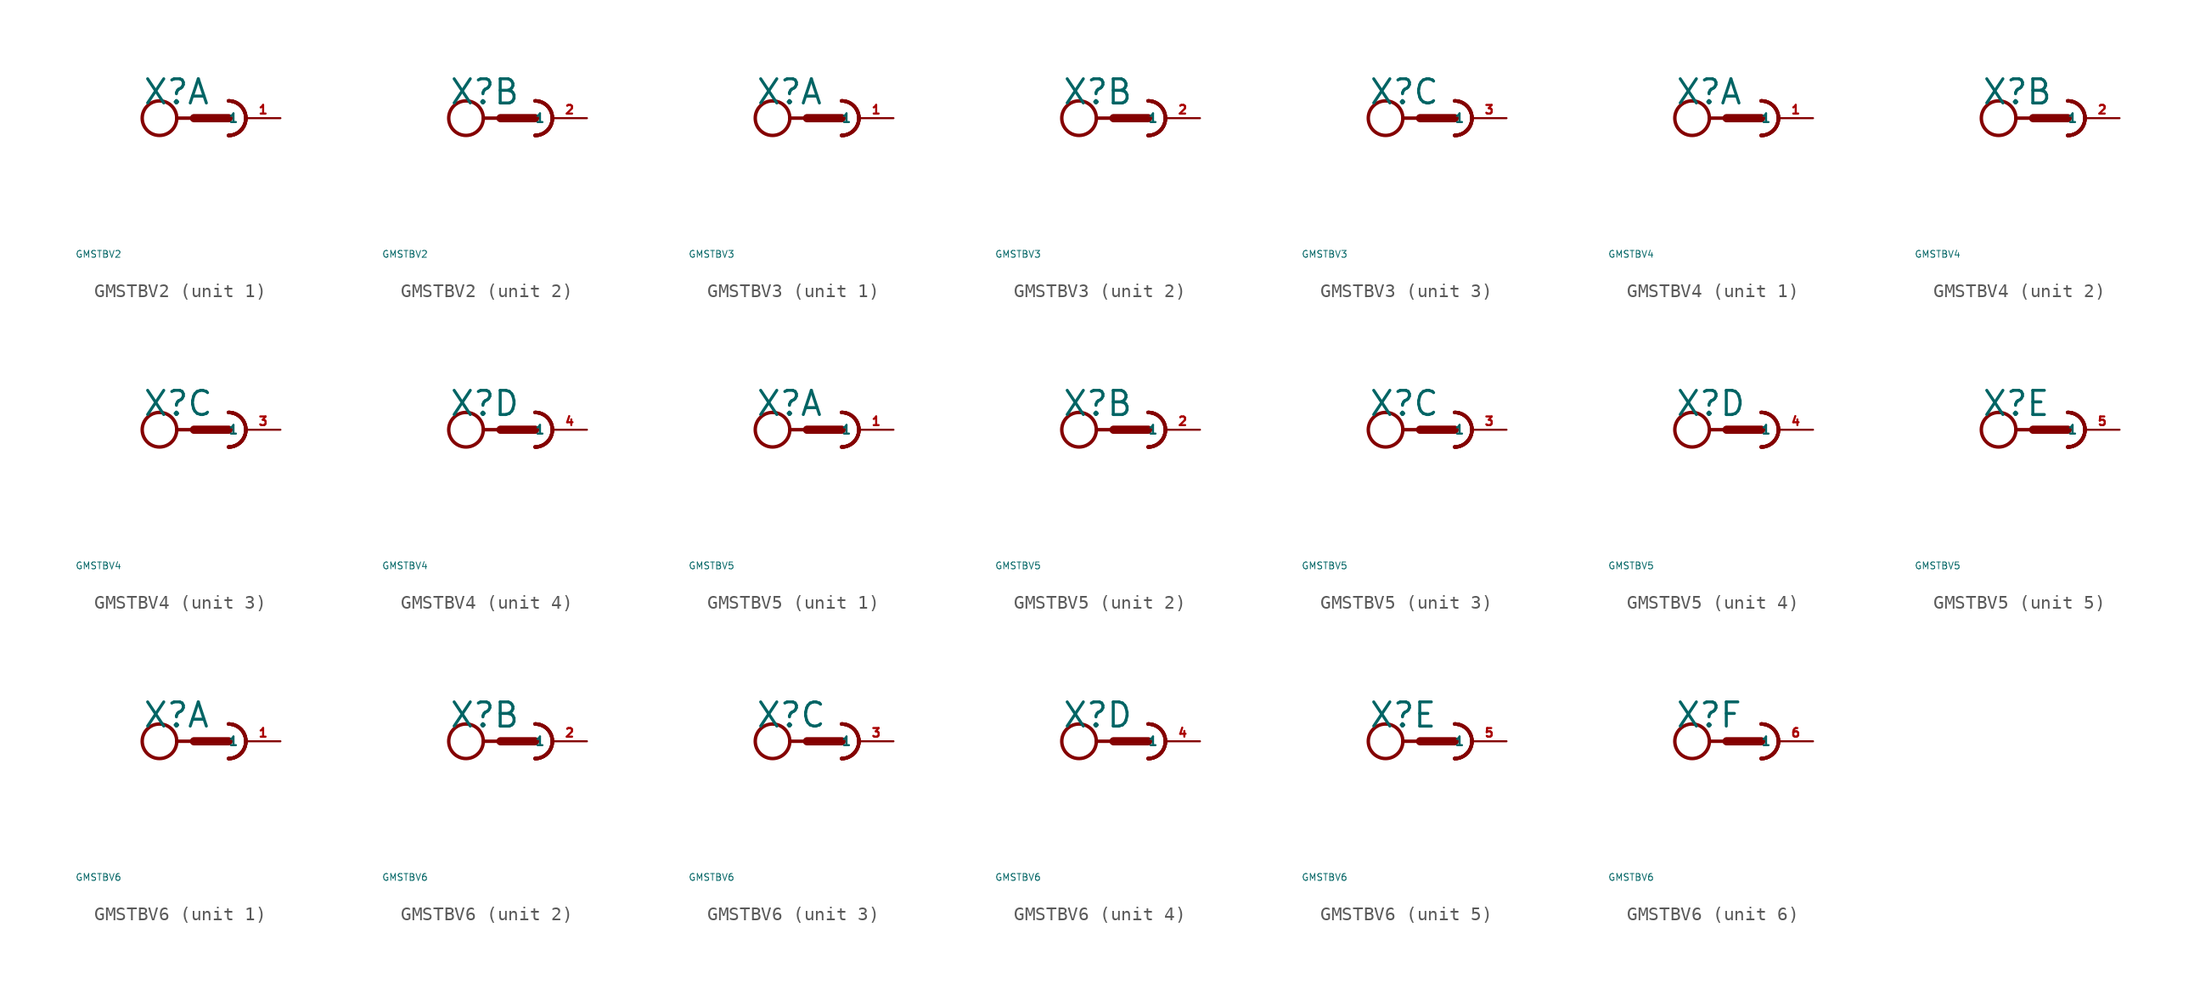
<source format=kicad_sym>
(kicad_symbol_lib
  (version 20220914)
  (generator Eagle2Kicad)
  (symbol "GMSTBV2"
    (property "Reference" "X"
      (at -5.08 0.889 0)
      (effects (font (size 1.778 1.778) (thickness 0.22)) (justify left bottom)))
    (property "Value" "GMSTBV2"
      (at -10 -10 0)
      (effects (font (size 0.5 0.5) (thickness 0.06)) (justify left)))
    (symbol "GMSTBV2_1_0"
      (arc (start 1.27 -1.27) (mid 2.540 0.000) (end 1.27 1.27) (stroke (width 0.254) (type default)) (fill (type none)))
      (arc (start 1.27 -1.27) (mid 2.540 0.000) (end 1.27 1.27) (stroke (width 0.254) (type default)) (fill (type none)))
      (arc (start 1.27 -1.27) (mid 2.540 0.000) (end 1.27 1.27) (stroke (width 0.254) (type default)) (fill (type none)))
      (polyline (pts (xy -2.54 0) (xy -1.27 0)) (stroke (width 0.254) (type default)) (fill (type none)))
      (polyline (pts (xy -1.27 0) (xy 1.27 0)) (stroke (width 0.61) (type default)) (fill (type none)))
      (arc (start 1.27 -1.27) (mid 2.540 0.000) (end 1.27 1.27) (stroke (width 0.254) (type default)) (fill (type none)))
      (circle (center -3.81 0) (radius 1.27) (stroke (width 0.254) (type default)) (fill (type none)))
      (pin passive line (at 5.08 0 180) (length 2.54) (name "1" (effects (font (size 0.635 0.635) (thickness 0.08)) (justify left bottom))) (number "1" (effects (font (size 0.635 0.635) (thickness 0.08)) (justify left bottom)))))
    (symbol "GMSTBV2_2_0"
      (arc (start 1.27 -1.27) (mid 2.540 0.000) (end 1.27 1.27) (stroke (width 0.254) (type default)) (fill (type none)))
      (arc (start 1.27 -1.27) (mid 2.540 0.000) (end 1.27 1.27) (stroke (width 0.254) (type default)) (fill (type none)))
      (arc (start 1.27 -1.27) (mid 2.540 0.000) (end 1.27 1.27) (stroke (width 0.254) (type default)) (fill (type none)))
      (polyline (pts (xy -2.54 0) (xy -1.27 0)) (stroke (width 0.254) (type default)) (fill (type none)))
      (polyline (pts (xy -1.27 0) (xy 1.27 0)) (stroke (width 0.61) (type default)) (fill (type none)))
      (arc (start 1.27 -1.27) (mid 2.540 0.000) (end 1.27 1.27) (stroke (width 0.254) (type default)) (fill (type none)))
      (circle (center -3.81 0) (radius 1.27) (stroke (width 0.254) (type default)) (fill (type none)))
      (pin passive line (at 5.08 0 180) (length 2.54) (name "1" (effects (font (size 0.635 0.635) (thickness 0.08)) (justify left bottom))) (number "2" (effects (font (size 0.635 0.635) (thickness 0.08)) (justify left bottom))))))
  (symbol "GMSTBV3"
    (property "Reference" "X"
      (at -5.08 0.889 0)
      (effects (font (size 1.778 1.778) (thickness 0.22)) (justify left bottom)))
    (property "Value" "GMSTBV3"
      (at -10 -10 0)
      (effects (font (size 0.5 0.5) (thickness 0.06)) (justify left)))
    (symbol "GMSTBV3_1_0"
      (arc (start 1.27 -1.27) (mid 2.540 0.000) (end 1.27 1.27) (stroke (width 0.254) (type default)) (fill (type none)))
      (arc (start 1.27 -1.27) (mid 2.540 0.000) (end 1.27 1.27) (stroke (width 0.254) (type default)) (fill (type none)))
      (arc (start 1.27 -1.27) (mid 2.540 0.000) (end 1.27 1.27) (stroke (width 0.254) (type default)) (fill (type none)))
      (polyline (pts (xy -2.54 0) (xy -1.27 0)) (stroke (width 0.254) (type default)) (fill (type none)))
      (polyline (pts (xy -1.27 0) (xy 1.27 0)) (stroke (width 0.61) (type default)) (fill (type none)))
      (arc (start 1.27 -1.27) (mid 2.540 0.000) (end 1.27 1.27) (stroke (width 0.254) (type default)) (fill (type none)))
      (circle (center -3.81 0) (radius 1.27) (stroke (width 0.254) (type default)) (fill (type none)))
      (pin passive line (at 5.08 0 180) (length 2.54) (name "1" (effects (font (size 0.635 0.635) (thickness 0.08)) (justify left bottom))) (number "1" (effects (font (size 0.635 0.635) (thickness 0.08)) (justify left bottom)))))
    (symbol "GMSTBV3_2_0"
      (arc (start 1.27 -1.27) (mid 2.540 0.000) (end 1.27 1.27) (stroke (width 0.254) (type default)) (fill (type none)))
      (arc (start 1.27 -1.27) (mid 2.540 0.000) (end 1.27 1.27) (stroke (width 0.254) (type default)) (fill (type none)))
      (arc (start 1.27 -1.27) (mid 2.540 0.000) (end 1.27 1.27) (stroke (width 0.254) (type default)) (fill (type none)))
      (polyline (pts (xy -2.54 0) (xy -1.27 0)) (stroke (width 0.254) (type default)) (fill (type none)))
      (polyline (pts (xy -1.27 0) (xy 1.27 0)) (stroke (width 0.61) (type default)) (fill (type none)))
      (arc (start 1.27 -1.27) (mid 2.540 0.000) (end 1.27 1.27) (stroke (width 0.254) (type default)) (fill (type none)))
      (circle (center -3.81 0) (radius 1.27) (stroke (width 0.254) (type default)) (fill (type none)))
      (pin passive line (at 5.08 0 180) (length 2.54) (name "1" (effects (font (size 0.635 0.635) (thickness 0.08)) (justify left bottom))) (number "2" (effects (font (size 0.635 0.635) (thickness 0.08)) (justify left bottom)))))
    (symbol "GMSTBV3_3_0"
      (arc (start 1.27 -1.27) (mid 2.540 0.000) (end 1.27 1.27) (stroke (width 0.254) (type default)) (fill (type none)))
      (arc (start 1.27 -1.27) (mid 2.540 0.000) (end 1.27 1.27) (stroke (width 0.254) (type default)) (fill (type none)))
      (arc (start 1.27 -1.27) (mid 2.540 0.000) (end 1.27 1.27) (stroke (width 0.254) (type default)) (fill (type none)))
      (polyline (pts (xy -2.54 0) (xy -1.27 0)) (stroke (width 0.254) (type default)) (fill (type none)))
      (polyline (pts (xy -1.27 0) (xy 1.27 0)) (stroke (width 0.61) (type default)) (fill (type none)))
      (arc (start 1.27 -1.27) (mid 2.540 0.000) (end 1.27 1.27) (stroke (width 0.254) (type default)) (fill (type none)))
      (circle (center -3.81 0) (radius 1.27) (stroke (width 0.254) (type default)) (fill (type none)))
      (pin passive line (at 5.08 0 180) (length 2.54) (name "1" (effects (font (size 0.635 0.635) (thickness 0.08)) (justify left bottom))) (number "3" (effects (font (size 0.635 0.635) (thickness 0.08)) (justify left bottom))))))
  (symbol "GMSTBV4"
    (property "Reference" "X"
      (at -5.08 0.889 0)
      (effects (font (size 1.778 1.778) (thickness 0.22)) (justify left bottom)))
    (property "Value" "GMSTBV4"
      (at -10 -10 0)
      (effects (font (size 0.5 0.5) (thickness 0.06)) (justify left)))
    (symbol "GMSTBV4_1_0"
      (arc (start 1.27 -1.27) (mid 2.540 0.000) (end 1.27 1.27) (stroke (width 0.254) (type default)) (fill (type none)))
      (arc (start 1.27 -1.27) (mid 2.540 0.000) (end 1.27 1.27) (stroke (width 0.254) (type default)) (fill (type none)))
      (arc (start 1.27 -1.27) (mid 2.540 0.000) (end 1.27 1.27) (stroke (width 0.254) (type default)) (fill (type none)))
      (polyline (pts (xy -2.54 0) (xy -1.27 0)) (stroke (width 0.254) (type default)) (fill (type none)))
      (polyline (pts (xy -1.27 0) (xy 1.27 0)) (stroke (width 0.61) (type default)) (fill (type none)))
      (arc (start 1.27 -1.27) (mid 2.540 0.000) (end 1.27 1.27) (stroke (width 0.254) (type default)) (fill (type none)))
      (circle (center -3.81 0) (radius 1.27) (stroke (width 0.254) (type default)) (fill (type none)))
      (pin passive line (at 5.08 0 180) (length 2.54) (name "1" (effects (font (size 0.635 0.635) (thickness 0.08)) (justify left bottom))) (number "1" (effects (font (size 0.635 0.635) (thickness 0.08)) (justify left bottom)))))
    (symbol "GMSTBV4_2_0"
      (arc (start 1.27 -1.27) (mid 2.540 0.000) (end 1.27 1.27) (stroke (width 0.254) (type default)) (fill (type none)))
      (arc (start 1.27 -1.27) (mid 2.540 0.000) (end 1.27 1.27) (stroke (width 0.254) (type default)) (fill (type none)))
      (arc (start 1.27 -1.27) (mid 2.540 0.000) (end 1.27 1.27) (stroke (width 0.254) (type default)) (fill (type none)))
      (polyline (pts (xy -2.54 0) (xy -1.27 0)) (stroke (width 0.254) (type default)) (fill (type none)))
      (polyline (pts (xy -1.27 0) (xy 1.27 0)) (stroke (width 0.61) (type default)) (fill (type none)))
      (arc (start 1.27 -1.27) (mid 2.540 0.000) (end 1.27 1.27) (stroke (width 0.254) (type default)) (fill (type none)))
      (circle (center -3.81 0) (radius 1.27) (stroke (width 0.254) (type default)) (fill (type none)))
      (pin passive line (at 5.08 0 180) (length 2.54) (name "1" (effects (font (size 0.635 0.635) (thickness 0.08)) (justify left bottom))) (number "2" (effects (font (size 0.635 0.635) (thickness 0.08)) (justify left bottom)))))
    (symbol "GMSTBV4_3_0"
      (arc (start 1.27 -1.27) (mid 2.540 0.000) (end 1.27 1.27) (stroke (width 0.254) (type default)) (fill (type none)))
      (arc (start 1.27 -1.27) (mid 2.540 0.000) (end 1.27 1.27) (stroke (width 0.254) (type default)) (fill (type none)))
      (arc (start 1.27 -1.27) (mid 2.540 0.000) (end 1.27 1.27) (stroke (width 0.254) (type default)) (fill (type none)))
      (polyline (pts (xy -2.54 0) (xy -1.27 0)) (stroke (width 0.254) (type default)) (fill (type none)))
      (polyline (pts (xy -1.27 0) (xy 1.27 0)) (stroke (width 0.61) (type default)) (fill (type none)))
      (arc (start 1.27 -1.27) (mid 2.540 0.000) (end 1.27 1.27) (stroke (width 0.254) (type default)) (fill (type none)))
      (circle (center -3.81 0) (radius 1.27) (stroke (width 0.254) (type default)) (fill (type none)))
      (pin passive line (at 5.08 0 180) (length 2.54) (name "1" (effects (font (size 0.635 0.635) (thickness 0.08)) (justify left bottom))) (number "3" (effects (font (size 0.635 0.635) (thickness 0.08)) (justify left bottom)))))
    (symbol "GMSTBV4_4_0"
      (arc (start 1.27 -1.27) (mid 2.540 0.000) (end 1.27 1.27) (stroke (width 0.254) (type default)) (fill (type none)))
      (arc (start 1.27 -1.27) (mid 2.540 0.000) (end 1.27 1.27) (stroke (width 0.254) (type default)) (fill (type none)))
      (arc (start 1.27 -1.27) (mid 2.540 0.000) (end 1.27 1.27) (stroke (width 0.254) (type default)) (fill (type none)))
      (polyline (pts (xy -2.54 0) (xy -1.27 0)) (stroke (width 0.254) (type default)) (fill (type none)))
      (polyline (pts (xy -1.27 0) (xy 1.27 0)) (stroke (width 0.61) (type default)) (fill (type none)))
      (arc (start 1.27 -1.27) (mid 2.540 0.000) (end 1.27 1.27) (stroke (width 0.254) (type default)) (fill (type none)))
      (circle (center -3.81 0) (radius 1.27) (stroke (width 0.254) (type default)) (fill (type none)))
      (pin passive line (at 5.08 0 180) (length 2.54) (name "1" (effects (font (size 0.635 0.635) (thickness 0.08)) (justify left bottom))) (number "4" (effects (font (size 0.635 0.635) (thickness 0.08)) (justify left bottom))))))
  (symbol "GMSTBV5"
    (property "Reference" "X"
      (at -5.08 0.889 0)
      (effects (font (size 1.778 1.778) (thickness 0.22)) (justify left bottom)))
    (property "Value" "GMSTBV5"
      (at -10 -10 0)
      (effects (font (size 0.5 0.5) (thickness 0.06)) (justify left)))
    (symbol "GMSTBV5_1_0"
      (arc (start 1.27 -1.27) (mid 2.540 0.000) (end 1.27 1.27) (stroke (width 0.254) (type default)) (fill (type none)))
      (arc (start 1.27 -1.27) (mid 2.540 0.000) (end 1.27 1.27) (stroke (width 0.254) (type default)) (fill (type none)))
      (arc (start 1.27 -1.27) (mid 2.540 0.000) (end 1.27 1.27) (stroke (width 0.254) (type default)) (fill (type none)))
      (polyline (pts (xy -2.54 0) (xy -1.27 0)) (stroke (width 0.254) (type default)) (fill (type none)))
      (polyline (pts (xy -1.27 0) (xy 1.27 0)) (stroke (width 0.61) (type default)) (fill (type none)))
      (arc (start 1.27 -1.27) (mid 2.540 0.000) (end 1.27 1.27) (stroke (width 0.254) (type default)) (fill (type none)))
      (circle (center -3.81 0) (radius 1.27) (stroke (width 0.254) (type default)) (fill (type none)))
      (pin passive line (at 5.08 0 180) (length 2.54) (name "1" (effects (font (size 0.635 0.635) (thickness 0.08)) (justify left bottom))) (number "1" (effects (font (size 0.635 0.635) (thickness 0.08)) (justify left bottom)))))
    (symbol "GMSTBV5_2_0"
      (arc (start 1.27 -1.27) (mid 2.540 0.000) (end 1.27 1.27) (stroke (width 0.254) (type default)) (fill (type none)))
      (arc (start 1.27 -1.27) (mid 2.540 0.000) (end 1.27 1.27) (stroke (width 0.254) (type default)) (fill (type none)))
      (arc (start 1.27 -1.27) (mid 2.540 0.000) (end 1.27 1.27) (stroke (width 0.254) (type default)) (fill (type none)))
      (polyline (pts (xy -2.54 0) (xy -1.27 0)) (stroke (width 0.254) (type default)) (fill (type none)))
      (polyline (pts (xy -1.27 0) (xy 1.27 0)) (stroke (width 0.61) (type default)) (fill (type none)))
      (arc (start 1.27 -1.27) (mid 2.540 0.000) (end 1.27 1.27) (stroke (width 0.254) (type default)) (fill (type none)))
      (circle (center -3.81 0) (radius 1.27) (stroke (width 0.254) (type default)) (fill (type none)))
      (pin passive line (at 5.08 0 180) (length 2.54) (name "1" (effects (font (size 0.635 0.635) (thickness 0.08)) (justify left bottom))) (number "2" (effects (font (size 0.635 0.635) (thickness 0.08)) (justify left bottom)))))
    (symbol "GMSTBV5_3_0"
      (arc (start 1.27 -1.27) (mid 2.540 0.000) (end 1.27 1.27) (stroke (width 0.254) (type default)) (fill (type none)))
      (arc (start 1.27 -1.27) (mid 2.540 0.000) (end 1.27 1.27) (stroke (width 0.254) (type default)) (fill (type none)))
      (arc (start 1.27 -1.27) (mid 2.540 0.000) (end 1.27 1.27) (stroke (width 0.254) (type default)) (fill (type none)))
      (polyline (pts (xy -2.54 0) (xy -1.27 0)) (stroke (width 0.254) (type default)) (fill (type none)))
      (polyline (pts (xy -1.27 0) (xy 1.27 0)) (stroke (width 0.61) (type default)) (fill (type none)))
      (arc (start 1.27 -1.27) (mid 2.540 0.000) (end 1.27 1.27) (stroke (width 0.254) (type default)) (fill (type none)))
      (circle (center -3.81 0) (radius 1.27) (stroke (width 0.254) (type default)) (fill (type none)))
      (pin passive line (at 5.08 0 180) (length 2.54) (name "1" (effects (font (size 0.635 0.635) (thickness 0.08)) (justify left bottom))) (number "3" (effects (font (size 0.635 0.635) (thickness 0.08)) (justify left bottom)))))
    (symbol "GMSTBV5_4_0"
      (arc (start 1.27 -1.27) (mid 2.540 0.000) (end 1.27 1.27) (stroke (width 0.254) (type default)) (fill (type none)))
      (arc (start 1.27 -1.27) (mid 2.540 0.000) (end 1.27 1.27) (stroke (width 0.254) (type default)) (fill (type none)))
      (arc (start 1.27 -1.27) (mid 2.540 0.000) (end 1.27 1.27) (stroke (width 0.254) (type default)) (fill (type none)))
      (polyline (pts (xy -2.54 0) (xy -1.27 0)) (stroke (width 0.254) (type default)) (fill (type none)))
      (polyline (pts (xy -1.27 0) (xy 1.27 0)) (stroke (width 0.61) (type default)) (fill (type none)))
      (arc (start 1.27 -1.27) (mid 2.540 0.000) (end 1.27 1.27) (stroke (width 0.254) (type default)) (fill (type none)))
      (circle (center -3.81 0) (radius 1.27) (stroke (width 0.254) (type default)) (fill (type none)))
      (pin passive line (at 5.08 0 180) (length 2.54) (name "1" (effects (font (size 0.635 0.635) (thickness 0.08)) (justify left bottom))) (number "4" (effects (font (size 0.635 0.635) (thickness 0.08)) (justify left bottom)))))
    (symbol "GMSTBV5_5_0"
      (arc (start 1.27 -1.27) (mid 2.540 0.000) (end 1.27 1.27) (stroke (width 0.254) (type default)) (fill (type none)))
      (arc (start 1.27 -1.27) (mid 2.540 0.000) (end 1.27 1.27) (stroke (width 0.254) (type default)) (fill (type none)))
      (arc (start 1.27 -1.27) (mid 2.540 0.000) (end 1.27 1.27) (stroke (width 0.254) (type default)) (fill (type none)))
      (polyline (pts (xy -2.54 0) (xy -1.27 0)) (stroke (width 0.254) (type default)) (fill (type none)))
      (polyline (pts (xy -1.27 0) (xy 1.27 0)) (stroke (width 0.61) (type default)) (fill (type none)))
      (arc (start 1.27 -1.27) (mid 2.540 0.000) (end 1.27 1.27) (stroke (width 0.254) (type default)) (fill (type none)))
      (circle (center -3.81 0) (radius 1.27) (stroke (width 0.254) (type default)) (fill (type none)))
      (pin passive line (at 5.08 0 180) (length 2.54) (name "1" (effects (font (size 0.635 0.635) (thickness 0.08)) (justify left bottom))) (number "5" (effects (font (size 0.635 0.635) (thickness 0.08)) (justify left bottom))))))
  (symbol "GMSTBV6"
    (property "Reference" "X"
      (at -5.08 0.889 0)
      (effects (font (size 1.778 1.778) (thickness 0.22)) (justify left bottom)))
    (property "Value" "GMSTBV6"
      (at -10 -10 0)
      (effects (font (size 0.5 0.5) (thickness 0.06)) (justify left)))
    (symbol "GMSTBV6_1_0"
      (arc (start 1.27 -1.27) (mid 2.540 0.000) (end 1.27 1.27) (stroke (width 0.254) (type default)) (fill (type none)))
      (arc (start 1.27 -1.27) (mid 2.540 0.000) (end 1.27 1.27) (stroke (width 0.254) (type default)) (fill (type none)))
      (arc (start 1.27 -1.27) (mid 2.540 0.000) (end 1.27 1.27) (stroke (width 0.254) (type default)) (fill (type none)))
      (polyline (pts (xy -2.54 0) (xy -1.27 0)) (stroke (width 0.254) (type default)) (fill (type none)))
      (polyline (pts (xy -1.27 0) (xy 1.27 0)) (stroke (width 0.61) (type default)) (fill (type none)))
      (arc (start 1.27 -1.27) (mid 2.540 0.000) (end 1.27 1.27) (stroke (width 0.254) (type default)) (fill (type none)))
      (circle (center -3.81 0) (radius 1.27) (stroke (width 0.254) (type default)) (fill (type none)))
      (pin passive line (at 5.08 0 180) (length 2.54) (name "1" (effects (font (size 0.635 0.635) (thickness 0.08)) (justify left bottom))) (number "1" (effects (font (size 0.635 0.635) (thickness 0.08)) (justify left bottom)))))
    (symbol "GMSTBV6_2_0"
      (arc (start 1.27 -1.27) (mid 2.540 0.000) (end 1.27 1.27) (stroke (width 0.254) (type default)) (fill (type none)))
      (arc (start 1.27 -1.27) (mid 2.540 0.000) (end 1.27 1.27) (stroke (width 0.254) (type default)) (fill (type none)))
      (arc (start 1.27 -1.27) (mid 2.540 0.000) (end 1.27 1.27) (stroke (width 0.254) (type default)) (fill (type none)))
      (polyline (pts (xy -2.54 0) (xy -1.27 0)) (stroke (width 0.254) (type default)) (fill (type none)))
      (polyline (pts (xy -1.27 0) (xy 1.27 0)) (stroke (width 0.61) (type default)) (fill (type none)))
      (arc (start 1.27 -1.27) (mid 2.540 0.000) (end 1.27 1.27) (stroke (width 0.254) (type default)) (fill (type none)))
      (circle (center -3.81 0) (radius 1.27) (stroke (width 0.254) (type default)) (fill (type none)))
      (pin passive line (at 5.08 0 180) (length 2.54) (name "1" (effects (font (size 0.635 0.635) (thickness 0.08)) (justify left bottom))) (number "2" (effects (font (size 0.635 0.635) (thickness 0.08)) (justify left bottom)))))
    (symbol "GMSTBV6_3_0"
      (arc (start 1.27 -1.27) (mid 2.540 0.000) (end 1.27 1.27) (stroke (width 0.254) (type default)) (fill (type none)))
      (arc (start 1.27 -1.27) (mid 2.540 0.000) (end 1.27 1.27) (stroke (width 0.254) (type default)) (fill (type none)))
      (arc (start 1.27 -1.27) (mid 2.540 0.000) (end 1.27 1.27) (stroke (width 0.254) (type default)) (fill (type none)))
      (polyline (pts (xy -2.54 0) (xy -1.27 0)) (stroke (width 0.254) (type default)) (fill (type none)))
      (polyline (pts (xy -1.27 0) (xy 1.27 0)) (stroke (width 0.61) (type default)) (fill (type none)))
      (arc (start 1.27 -1.27) (mid 2.540 0.000) (end 1.27 1.27) (stroke (width 0.254) (type default)) (fill (type none)))
      (circle (center -3.81 0) (radius 1.27) (stroke (width 0.254) (type default)) (fill (type none)))
      (pin passive line (at 5.08 0 180) (length 2.54) (name "1" (effects (font (size 0.635 0.635) (thickness 0.08)) (justify left bottom))) (number "3" (effects (font (size 0.635 0.635) (thickness 0.08)) (justify left bottom)))))
    (symbol "GMSTBV6_4_0"
      (arc (start 1.27 -1.27) (mid 2.540 0.000) (end 1.27 1.27) (stroke (width 0.254) (type default)) (fill (type none)))
      (arc (start 1.27 -1.27) (mid 2.540 0.000) (end 1.27 1.27) (stroke (width 0.254) (type default)) (fill (type none)))
      (arc (start 1.27 -1.27) (mid 2.540 0.000) (end 1.27 1.27) (stroke (width 0.254) (type default)) (fill (type none)))
      (polyline (pts (xy -2.54 0) (xy -1.27 0)) (stroke (width 0.254) (type default)) (fill (type none)))
      (polyline (pts (xy -1.27 0) (xy 1.27 0)) (stroke (width 0.61) (type default)) (fill (type none)))
      (arc (start 1.27 -1.27) (mid 2.540 0.000) (end 1.27 1.27) (stroke (width 0.254) (type default)) (fill (type none)))
      (circle (center -3.81 0) (radius 1.27) (stroke (width 0.254) (type default)) (fill (type none)))
      (pin passive line (at 5.08 0 180) (length 2.54) (name "1" (effects (font (size 0.635 0.635) (thickness 0.08)) (justify left bottom))) (number "4" (effects (font (size 0.635 0.635) (thickness 0.08)) (justify left bottom)))))
    (symbol "GMSTBV6_5_0"
      (arc (start 1.27 -1.27) (mid 2.540 0.000) (end 1.27 1.27) (stroke (width 0.254) (type default)) (fill (type none)))
      (arc (start 1.27 -1.27) (mid 2.540 0.000) (end 1.27 1.27) (stroke (width 0.254) (type default)) (fill (type none)))
      (arc (start 1.27 -1.27) (mid 2.540 0.000) (end 1.27 1.27) (stroke (width 0.254) (type default)) (fill (type none)))
      (polyline (pts (xy -2.54 0) (xy -1.27 0)) (stroke (width 0.254) (type default)) (fill (type none)))
      (polyline (pts (xy -1.27 0) (xy 1.27 0)) (stroke (width 0.61) (type default)) (fill (type none)))
      (arc (start 1.27 -1.27) (mid 2.540 0.000) (end 1.27 1.27) (stroke (width 0.254) (type default)) (fill (type none)))
      (circle (center -3.81 0) (radius 1.27) (stroke (width 0.254) (type default)) (fill (type none)))
      (pin passive line (at 5.08 0 180) (length 2.54) (name "1" (effects (font (size 0.635 0.635) (thickness 0.08)) (justify left bottom))) (number "5" (effects (font (size 0.635 0.635) (thickness 0.08)) (justify left bottom)))))
    (symbol "GMSTBV6_6_0"
      (arc (start 1.27 -1.27) (mid 2.540 0.000) (end 1.27 1.27) (stroke (width 0.254) (type default)) (fill (type none)))
      (arc (start 1.27 -1.27) (mid 2.540 0.000) (end 1.27 1.27) (stroke (width 0.254) (type default)) (fill (type none)))
      (arc (start 1.27 -1.27) (mid 2.540 0.000) (end 1.27 1.27) (stroke (width 0.254) (type default)) (fill (type none)))
      (polyline (pts (xy -2.54 0) (xy -1.27 0)) (stroke (width 0.254) (type default)) (fill (type none)))
      (polyline (pts (xy -1.27 0) (xy 1.27 0)) (stroke (width 0.61) (type default)) (fill (type none)))
      (arc (start 1.27 -1.27) (mid 2.540 0.000) (end 1.27 1.27) (stroke (width 0.254) (type default)) (fill (type none)))
      (circle (center -3.81 0) (radius 1.27) (stroke (width 0.254) (type default)) (fill (type none)))
      (pin passive line (at 5.08 0 180) (length 2.54) (name "1" (effects (font (size 0.635 0.635) (thickness 0.08)) (justify left bottom))) (number "6" (effects (font (size 0.635 0.635) (thickness 0.08)) (justify left bottom)))))))
</source>
